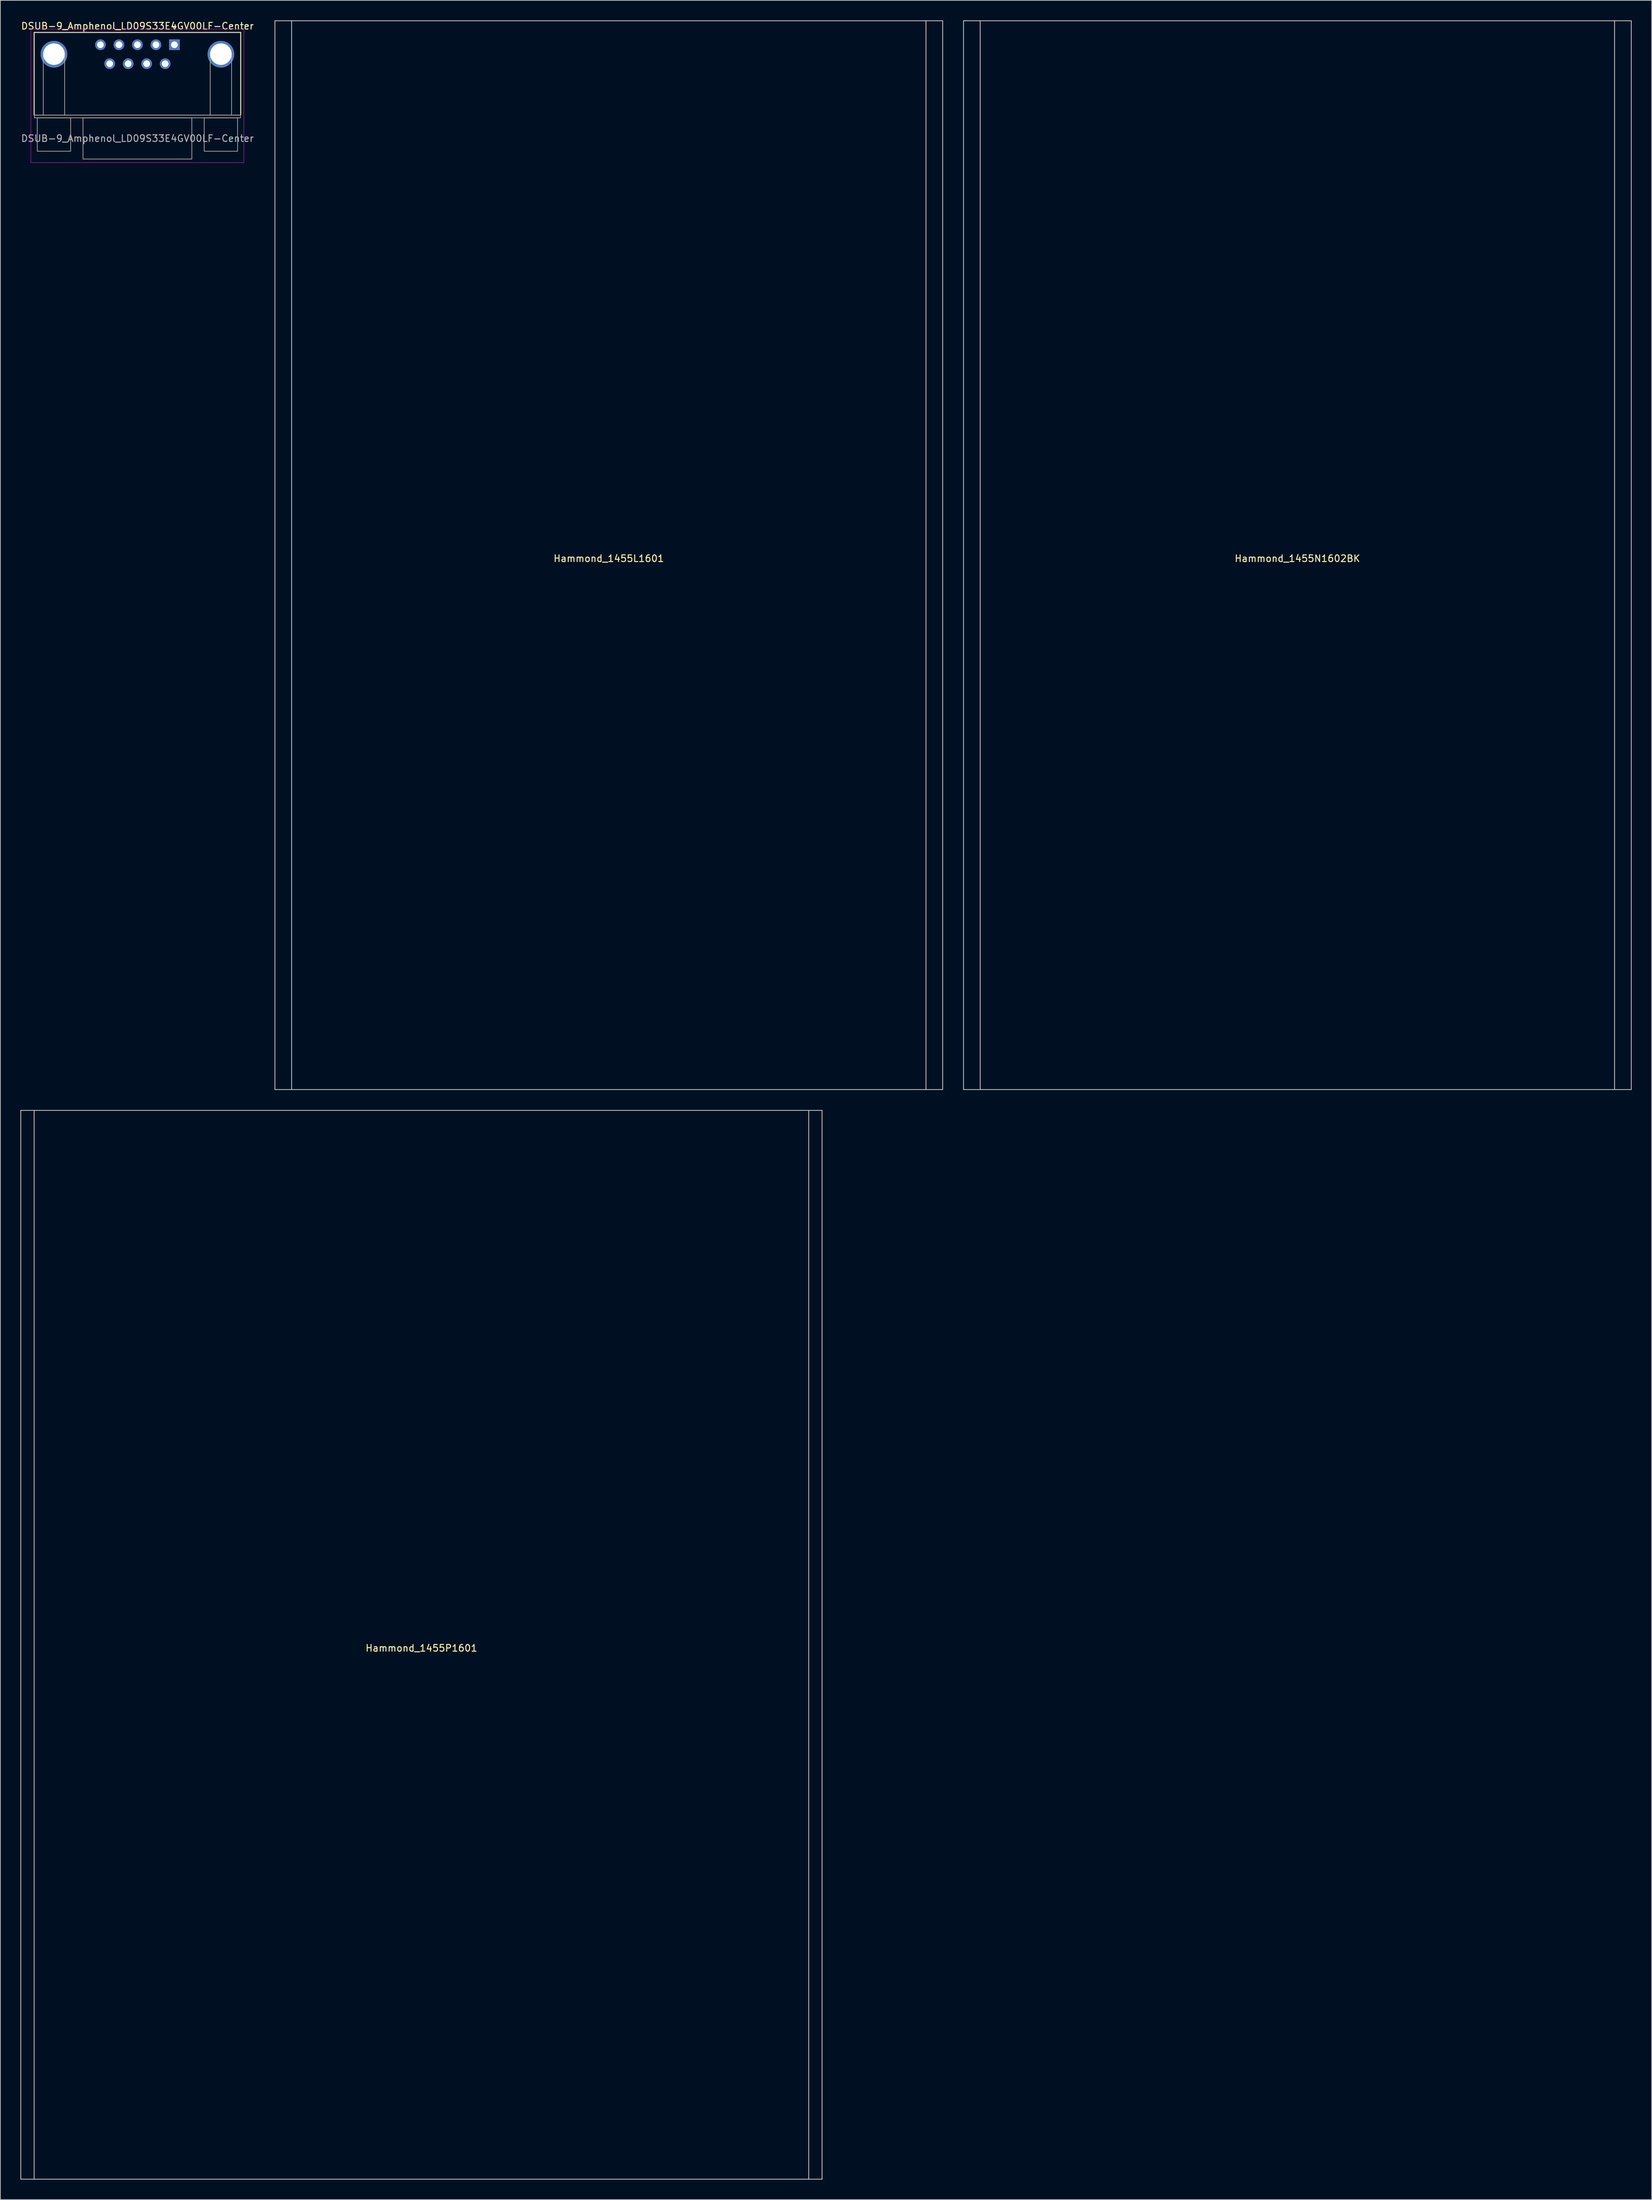
<source format=kicad_pcb>
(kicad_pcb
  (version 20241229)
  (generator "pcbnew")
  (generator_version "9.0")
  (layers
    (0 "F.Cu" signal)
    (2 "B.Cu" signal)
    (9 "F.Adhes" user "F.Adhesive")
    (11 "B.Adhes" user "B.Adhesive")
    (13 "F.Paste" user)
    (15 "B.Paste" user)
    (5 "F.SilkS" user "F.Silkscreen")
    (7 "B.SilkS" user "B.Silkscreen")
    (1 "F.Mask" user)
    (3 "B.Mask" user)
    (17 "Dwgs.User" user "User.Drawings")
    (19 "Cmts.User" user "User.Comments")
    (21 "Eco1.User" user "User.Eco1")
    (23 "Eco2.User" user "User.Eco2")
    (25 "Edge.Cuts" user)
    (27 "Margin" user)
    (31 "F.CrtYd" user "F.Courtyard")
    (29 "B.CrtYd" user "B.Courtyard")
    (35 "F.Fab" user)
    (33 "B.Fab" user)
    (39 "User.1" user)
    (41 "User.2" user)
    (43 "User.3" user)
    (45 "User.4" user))
  (footprint "Hammond_1455P1601"
    (layer "F.Cu")
    (at 60.06 243.18)
    (property "Reference" "Hammond_1455P1601" (at 0 0.5 0) (layer "F.SilkS") (effects (font (size 1 1) (thickness 0.15))))
    (attr through_hole)
    (fp_line (start -60 -80) (end 60 -80) (stroke (width 0.12) (type solid)) (layer "Dwgs.User"))
    (fp_line (start -60 80) (end -60 -80) (stroke (width 0.12) (type solid)) (layer "Dwgs.User"))
    (fp_line (start -58 80) (end -58 -80) (stroke (width 0.12) (type solid)) (layer "Dwgs.User"))
    (fp_line (start 58 -80) (end 58 80) (stroke (width 0.12) (type solid)) (layer "Dwgs.User"))
    (fp_line (start 60 -80) (end 60 80) (stroke (width 0.12) (type solid)) (layer "Dwgs.User"))
    (fp_line (start 60 80) (end -60 80) (stroke (width 0.12) (type solid)) (layer "Dwgs.User")))
  (footprint "DSUB-9_Amphenol_LD09S33E4GV00LF-Center"
    (layer "F.Cu")
    (at 17.53 14.148)
    (property "Reference" "DSUB-9_Amphenol_LD09S33E4GV00LF-Center" (at 0 -13.3 0) (layer "F.SilkS") (effects (font (size 1 1) (thickness 0.15))))
    (attr through_hole)
    (fp_line (start -15.485 -12.36) (end 15.485 -12.36) (stroke (width 0.12) (type solid)) (layer "F.SilkS"))
    (fp_line (start -15.485 -0.02) (end -15.485 -12.36) (stroke (width 0.12) (type solid)) (layer "F.SilkS"))
    (fp_line (start 5.29 -13.254) (end 5.79 -13.254) (stroke (width 0.12) (type solid)) (layer "F.SilkS"))
    (fp_line (start 5.54 -12.821) (end 5.29 -13.254) (stroke (width 0.12) (type solid)) (layer "F.SilkS"))
    (fp_line (start 5.79 -13.254) (end 5.54 -12.821) (stroke (width 0.12) (type solid)) (layer "F.SilkS"))
    (fp_line (start 15.485 -12.36) (end 15.485 -0.02) (stroke (width 0.12) (type solid)) (layer "F.SilkS"))
    (fp_line (start -15.96 -12.85) (end -15.96 7.15) (stroke (width 0.05) (type solid)) (layer "F.CrtYd"))
    (fp_line (start -15.96 7.15) (end 15.94 7.15) (stroke (width 0.05) (type solid)) (layer "F.CrtYd"))
    (fp_line (start 15.94 -12.85) (end -15.96 -12.85) (stroke (width 0.05) (type solid)) (layer "F.CrtYd"))
    (fp_line (start 15.94 7.15) (end 15.94 -12.85) (stroke (width 0.05) (type solid)) (layer "F.CrtYd"))
    (fp_line (start -15.425 -12.3) (end -15.425 0.04) (stroke (width 0.1) (type solid)) (layer "F.Fab"))
    (fp_line (start -15.425 0.04) (end -15.425 0.44) (stroke (width 0.1) (type solid)) (layer "F.Fab"))
    (fp_line (start -15.425 0.04) (end 15.425 0.04) (stroke (width 0.1) (type solid)) (layer "F.Fab"))
    (fp_line (start -15.425 0.44) (end 15.425 0.44) (stroke (width 0.1) (type solid)) (layer "F.Fab"))
    (fp_line (start -15 0.44) (end -15 5.44) (stroke (width 0.1) (type solid)) (layer "F.Fab"))
    (fp_line (start -15 5.44) (end -10 5.44) (stroke (width 0.1) (type solid)) (layer "F.Fab"))
    (fp_line (start -14.1 0.04) (end -14.1 -9.08) (stroke (width 0.1) (type solid)) (layer "F.Fab"))
    (fp_line (start -10.9 0.04) (end -10.9 -9.08) (stroke (width 0.1) (type solid)) (layer "F.Fab"))
    (fp_line (start -10 0.44) (end -15 0.44) (stroke (width 0.1) (type solid)) (layer "F.Fab"))
    (fp_line (start -10 5.44) (end -10 0.44) (stroke (width 0.1) (type solid)) (layer "F.Fab"))
    (fp_line (start -8.15 0.44) (end -8.15 6.61) (stroke (width 0.1) (type solid)) (layer "F.Fab"))
    (fp_line (start -8.15 6.61) (end 8.15 6.61) (stroke (width 0.1) (type solid)) (layer "F.Fab"))
    (fp_line (start 8.15 0.44) (end -8.15 0.44) (stroke (width 0.1) (type solid)) (layer "F.Fab"))
    (fp_line (start 8.15 6.61) (end 8.15 0.44) (stroke (width 0.1) (type solid)) (layer "F.Fab"))
    (fp_line (start 10 0.44) (end 10 5.44) (stroke (width 0.1) (type solid)) (layer "F.Fab"))
    (fp_line (start 10 5.44) (end 15 5.44) (stroke (width 0.1) (type solid)) (layer "F.Fab"))
    (fp_line (start 10.9 0.04) (end 10.9 -9.08) (stroke (width 0.1) (type solid)) (layer "F.Fab"))
    (fp_line (start 14.1 0.04) (end 14.1 -9.08) (stroke (width 0.1) (type solid)) (layer "F.Fab"))
    (fp_line (start 15 0.44) (end 10 0.44) (stroke (width 0.1) (type solid)) (layer "F.Fab"))
    (fp_line (start 15 5.44) (end 15 0.44) (stroke (width 0.1) (type solid)) (layer "F.Fab"))
    (fp_line (start 15.425 -12.3) (end -15.425 -12.3) (stroke (width 0.1) (type solid)) (layer "F.Fab"))
    (fp_line (start 15.425 0.04) (end -15.425 0.04) (stroke (width 0.1) (type solid)) (layer "F.Fab"))
    (fp_line (start 15.425 0.04) (end 15.425 -12.3) (stroke (width 0.1) (type solid)) (layer "F.Fab"))
    (fp_line (start 15.425 0.44) (end 15.425 0.04) (stroke (width 0.1) (type solid)) (layer "F.Fab"))
    (fp_arc (start -14.1 -9.08) (mid -12.5 -10.68) (end -10.9 -9.08) (stroke (width 0.1) (type solid)) (layer "F.Fab"))
    (fp_arc (start 10.9 -9.08) (mid 12.5 -10.68) (end 14.1 -9.08) (stroke (width 0.1) (type solid)) (layer "F.Fab"))
    (fp_text user "${REFERENCE}" (at 0 3.525 0) (layer "F.Fab") (effects (font (size 1 1) (thickness 0.15))))
    (pad "0" thru_hole circle (at -12.5 -9.08) (size 4 4) (drill 3.2) (layers "*.Cu" "*.Mask"))
    (pad "0" thru_hole circle (at 12.5 -9.08) (size 4 4) (drill 3.2) (layers "*.Cu" "*.Mask"))
    (pad "1" thru_hole rect (at 5.54 -10.5) (size 1.6 1.6) (drill 1) (layers "*.Cu" "*.Mask"))
    (pad "2" thru_hole circle (at 2.77 -10.5) (size 1.6 1.6) (drill 1) (layers "*.Cu" "*.Mask"))
    (pad "3" thru_hole circle (at 0 -10.5) (size 1.6 1.6) (drill 1) (layers "*.Cu" "*.Mask"))
    (pad "4" thru_hole circle (at -2.77 -10.5) (size 1.6 1.6) (drill 1) (layers "*.Cu" "*.Mask"))
    (pad "5" thru_hole circle (at -5.54 -10.5) (size 1.6 1.6) (drill 1) (layers "*.Cu" "*.Mask"))
    (pad "6" thru_hole circle (at 4.155 -7.66) (size 1.6 1.6) (drill 1) (layers "*.Cu" "*.Mask"))
    (pad "7" thru_hole circle (at 1.385 -7.66) (size 1.6 1.6) (drill 1) (layers "*.Cu" "*.Mask"))
    (pad "8" thru_hole circle (at -1.385 -7.66) (size 1.6 1.6) (drill 1) (layers "*.Cu" "*.Mask"))
    (pad "9" thru_hole circle (at -4.155 -7.66) (size 1.6 1.6) (drill 1) (layers "*.Cu" "*.Mask")))
  (footprint "Hammond_1455L1601"
    (layer "F.Cu")
    (at 88.12 80.06)
    (property "Reference" "Hammond_1455L1601" (at 0 0.5 0) (layer "F.SilkS") (effects (font (size 1 1) (thickness 0.15))))
    (attr through_hole)
    (fp_line (start -50 -80) (end 50 -80) (stroke (width 0.12) (type solid)) (layer "Dwgs.User"))
    (fp_line (start -50 80) (end -50 -80) (stroke (width 0.12) (type solid)) (layer "Dwgs.User"))
    (fp_line (start -47.5 80) (end -47.5 -80) (stroke (width 0.12) (type solid)) (layer "Dwgs.User"))
    (fp_line (start 47.5 -80) (end 47.5 80) (stroke (width 0.12) (type solid)) (layer "Dwgs.User"))
    (fp_line (start 50 -80) (end 50 80) (stroke (width 0.12) (type solid)) (layer "Dwgs.User"))
    (fp_line (start 50 80) (end -50 80) (stroke (width 0.12) (type solid)) (layer "Dwgs.User")))
  (footprint "Hammond_1455N1602BK"
    (layer "F.Cu")
    (at 191.24 80.06)
    (property "Reference" "Hammond_1455N1602BK" (at 0 0.5 0) (layer "F.SilkS") (effects (font (size 1 1) (thickness 0.15))))
    (attr through_hole)
    (fp_line (start -50 -80) (end 50 -80) (stroke (width 0.12) (type solid)) (layer "Dwgs.User"))
    (fp_line (start -50 80) (end -50 -80) (stroke (width 0.12) (type solid)) (layer "Dwgs.User"))
    (fp_line (start -47.5 80) (end -47.5 -80) (stroke (width 0.12) (type solid)) (layer "Dwgs.User"))
    (fp_line (start 47.5 -80) (end 47.5 80) (stroke (width 0.12) (type solid)) (layer "Dwgs.User"))
    (fp_line (start 50 -80) (end 50 80) (stroke (width 0.12) (type solid)) (layer "Dwgs.User"))
    (fp_line (start 50 80) (end -50 80) (stroke (width 0.12) (type solid)) (layer "Dwgs.User")))
  (gr_rect
    (start -3 -3)
    (end 244.3 326.24)
    (stroke (width 0.1) (type default))
    (fill no)
    (layer "Edge.Cuts")))
</source>
